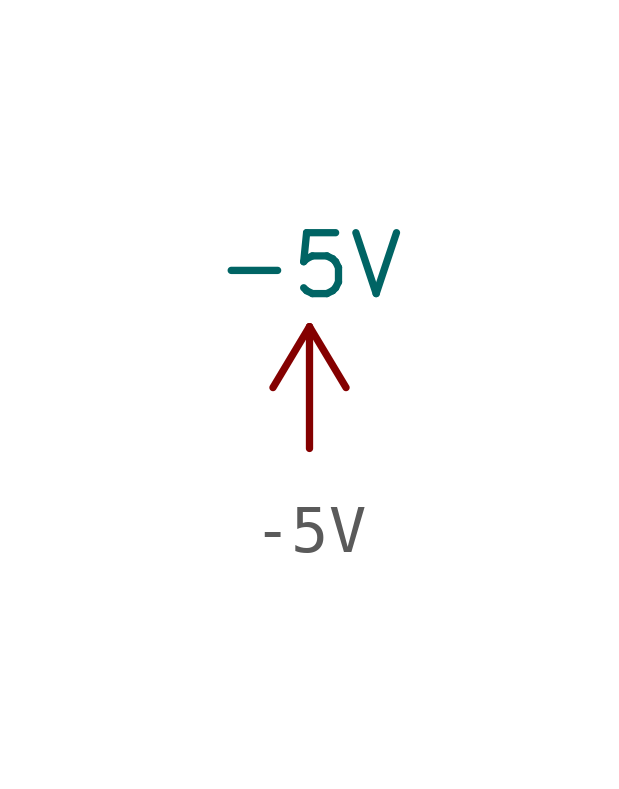
<source format=kicad_sym>
(kicad_symbol_lib
  (version 20211014)
  (generator kicad_symbol_editor)
  (symbol "-5V"
    (power)
    (pin_names
      (offset 0))
    (property "Reference" "#PWR"
      (at 0 -1.27 0)
      (effects (font (size 1.27 1.27)) hide))
    (property "Value" "-5V"
      (at 0 3.81 0)
      (effects (font (size 1.27 1.27))))
    (symbol "-5V_1_1"
      (polyline (pts (xy -0.762 1.27) (xy 0 2.54)) (stroke (width 0) (type default) (color 0 0 0 0)) (fill (type none)))
      (polyline (pts (xy 0 0) (xy 0 2.54)) (stroke (width 0) (type default) (color 0 0 0 0)) (fill (type none)))
      (polyline (pts (xy 0 2.54) (xy 0.762 1.27)) (stroke (width 0) (type default) (color 0 0 0 0)) (fill (type none)))
      (pin power_in line (at 0 0 90) (length 0) hide (name "-5V" (effects (font (size 1.27 1.27)))) (number "1" (effects (font (size 1.27 1.27))))))))
</source>
